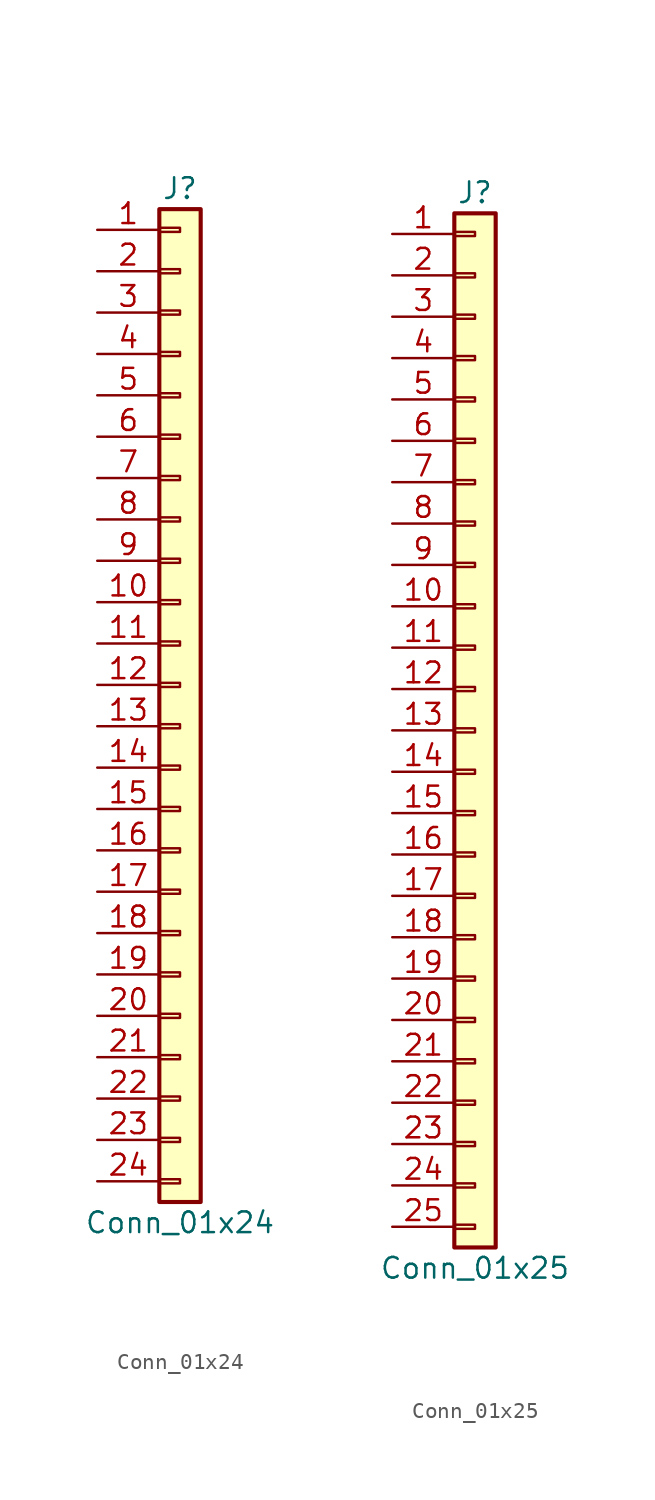
<source format=kicad_sym>
(kicad_symbol_lib
  (version 20211014)
  (generator kicad_symbol_editor)
  (symbol "Conn_01x24"
    (pin_names
      (offset 1.016) hide)
    (property "Reference" "J"
      (at 0 30.48 0)
      (effects (font (size 1.27 1.27))))
    (property "Value" "Conn_01x24"
      (at 0 -33.02 0)
      (effects (font (size 1.27 1.27))))
    (symbol "Conn_01x24_1_1"
      (rectangle (start -1.27 -30.353) (end 0 -30.607) (stroke (width 0.152) (type default) (color 0 0 0 0)) (fill (type none)))
      (rectangle (start -1.27 -27.813) (end 0 -28.067) (stroke (width 0.152) (type default) (color 0 0 0 0)) (fill (type none)))
      (rectangle (start -1.27 -25.273) (end 0 -25.527) (stroke (width 0.152) (type default) (color 0 0 0 0)) (fill (type none)))
      (rectangle (start -1.27 -22.733) (end 0 -22.987) (stroke (width 0.152) (type default) (color 0 0 0 0)) (fill (type none)))
      (rectangle (start -1.27 -20.193) (end 0 -20.447) (stroke (width 0.152) (type default) (color 0 0 0 0)) (fill (type none)))
      (rectangle (start -1.27 -17.653) (end 0 -17.907) (stroke (width 0.152) (type default) (color 0 0 0 0)) (fill (type none)))
      (rectangle (start -1.27 -15.113) (end 0 -15.367) (stroke (width 0.152) (type default) (color 0 0 0 0)) (fill (type none)))
      (rectangle (start -1.27 -12.573) (end 0 -12.827) (stroke (width 0.152) (type default) (color 0 0 0 0)) (fill (type none)))
      (rectangle (start -1.27 -10.033) (end 0 -10.287) (stroke (width 0.152) (type default) (color 0 0 0 0)) (fill (type none)))
      (rectangle (start -1.27 -7.493) (end 0 -7.747) (stroke (width 0.152) (type default) (color 0 0 0 0)) (fill (type none)))
      (rectangle (start -1.27 -4.953) (end 0 -5.207) (stroke (width 0.152) (type default) (color 0 0 0 0)) (fill (type none)))
      (rectangle (start -1.27 -2.413) (end 0 -2.667) (stroke (width 0.152) (type default) (color 0 0 0 0)) (fill (type none)))
      (rectangle (start -1.27 0.127) (end 0 -0.127) (stroke (width 0.152) (type default) (color 0 0 0 0)) (fill (type none)))
      (rectangle (start -1.27 2.667) (end 0 2.413) (stroke (width 0.152) (type default) (color 0 0 0 0)) (fill (type none)))
      (rectangle (start -1.27 5.207) (end 0 4.953) (stroke (width 0.152) (type default) (color 0 0 0 0)) (fill (type none)))
      (rectangle (start -1.27 7.747) (end 0 7.493) (stroke (width 0.152) (type default) (color 0 0 0 0)) (fill (type none)))
      (rectangle (start -1.27 10.287) (end 0 10.033) (stroke (width 0.152) (type default) (color 0 0 0 0)) (fill (type none)))
      (rectangle (start -1.27 12.827) (end 0 12.573) (stroke (width 0.152) (type default) (color 0 0 0 0)) (fill (type none)))
      (rectangle (start -1.27 15.367) (end 0 15.113) (stroke (width 0.152) (type default) (color 0 0 0 0)) (fill (type none)))
      (rectangle (start -1.27 17.907) (end 0 17.653) (stroke (width 0.152) (type default) (color 0 0 0 0)) (fill (type none)))
      (rectangle (start -1.27 20.447) (end 0 20.193) (stroke (width 0.152) (type default) (color 0 0 0 0)) (fill (type none)))
      (rectangle (start -1.27 22.987) (end 0 22.733) (stroke (width 0.152) (type default) (color 0 0 0 0)) (fill (type none)))
      (rectangle (start -1.27 25.527) (end 0 25.273) (stroke (width 0.152) (type default) (color 0 0 0 0)) (fill (type none)))
      (rectangle (start -1.27 28.067) (end 0 27.813) (stroke (width 0.152) (type default) (color 0 0 0 0)) (fill (type none)))
      (rectangle (start -1.27 29.21) (end 1.27 -31.75) (stroke (width 0.254) (type default) (color 0 0 0 0)) (fill (type background)))
      (pin passive line (at -5.08 27.94 0) (length 3.81) (name "Pin_1" (effects (font (size 1.27 1.27)))) (number "1" (effects (font (size 1.27 1.27)))))
      (pin passive line (at -5.08 5.08 0) (length 3.81) (name "Pin_10" (effects (font (size 1.27 1.27)))) (number "10" (effects (font (size 1.27 1.27)))))
      (pin passive line (at -5.08 2.54 0) (length 3.81) (name "Pin_11" (effects (font (size 1.27 1.27)))) (number "11" (effects (font (size 1.27 1.27)))))
      (pin passive line (at -5.08 0 0) (length 3.81) (name "Pin_12" (effects (font (size 1.27 1.27)))) (number "12" (effects (font (size 1.27 1.27)))))
      (pin passive line (at -5.08 -2.54 0) (length 3.81) (name "Pin_13" (effects (font (size 1.27 1.27)))) (number "13" (effects (font (size 1.27 1.27)))))
      (pin passive line (at -5.08 -5.08 0) (length 3.81) (name "Pin_14" (effects (font (size 1.27 1.27)))) (number "14" (effects (font (size 1.27 1.27)))))
      (pin passive line (at -5.08 -7.62 0) (length 3.81) (name "Pin_15" (effects (font (size 1.27 1.27)))) (number "15" (effects (font (size 1.27 1.27)))))
      (pin passive line (at -5.08 -10.16 0) (length 3.81) (name "Pin_16" (effects (font (size 1.27 1.27)))) (number "16" (effects (font (size 1.27 1.27)))))
      (pin passive line (at -5.08 -12.7 0) (length 3.81) (name "Pin_17" (effects (font (size 1.27 1.27)))) (number "17" (effects (font (size 1.27 1.27)))))
      (pin passive line (at -5.08 -15.24 0) (length 3.81) (name "Pin_18" (effects (font (size 1.27 1.27)))) (number "18" (effects (font (size 1.27 1.27)))))
      (pin passive line (at -5.08 -17.78 0) (length 3.81) (name "Pin_19" (effects (font (size 1.27 1.27)))) (number "19" (effects (font (size 1.27 1.27)))))
      (pin passive line (at -5.08 25.4 0) (length 3.81) (name "Pin_2" (effects (font (size 1.27 1.27)))) (number "2" (effects (font (size 1.27 1.27)))))
      (pin passive line (at -5.08 -20.32 0) (length 3.81) (name "Pin_20" (effects (font (size 1.27 1.27)))) (number "20" (effects (font (size 1.27 1.27)))))
      (pin passive line (at -5.08 -22.86 0) (length 3.81) (name "Pin_21" (effects (font (size 1.27 1.27)))) (number "21" (effects (font (size 1.27 1.27)))))
      (pin passive line (at -5.08 -25.4 0) (length 3.81) (name "Pin_22" (effects (font (size 1.27 1.27)))) (number "22" (effects (font (size 1.27 1.27)))))
      (pin passive line (at -5.08 -27.94 0) (length 3.81) (name "Pin_23" (effects (font (size 1.27 1.27)))) (number "23" (effects (font (size 1.27 1.27)))))
      (pin passive line (at -5.08 -30.48 0) (length 3.81) (name "Pin_24" (effects (font (size 1.27 1.27)))) (number "24" (effects (font (size 1.27 1.27)))))
      (pin passive line (at -5.08 22.86 0) (length 3.81) (name "Pin_3" (effects (font (size 1.27 1.27)))) (number "3" (effects (font (size 1.27 1.27)))))
      (pin passive line (at -5.08 20.32 0) (length 3.81) (name "Pin_4" (effects (font (size 1.27 1.27)))) (number "4" (effects (font (size 1.27 1.27)))))
      (pin passive line (at -5.08 17.78 0) (length 3.81) (name "Pin_5" (effects (font (size 1.27 1.27)))) (number "5" (effects (font (size 1.27 1.27)))))
      (pin passive line (at -5.08 15.24 0) (length 3.81) (name "Pin_6" (effects (font (size 1.27 1.27)))) (number "6" (effects (font (size 1.27 1.27)))))
      (pin passive line (at -5.08 12.7 0) (length 3.81) (name "Pin_7" (effects (font (size 1.27 1.27)))) (number "7" (effects (font (size 1.27 1.27)))))
      (pin passive line (at -5.08 10.16 0) (length 3.81) (name "Pin_8" (effects (font (size 1.27 1.27)))) (number "8" (effects (font (size 1.27 1.27)))))
      (pin passive line (at -5.08 7.62 0) (length 3.81) (name "Pin_9" (effects (font (size 1.27 1.27)))) (number "9" (effects (font (size 1.27 1.27)))))))
  (symbol "Conn_01x25"
    (pin_names
      (offset 1.016) hide)
    (property "Reference" "J"
      (at 0 33.02 0)
      (effects (font (size 1.27 1.27))))
    (property "Value" "Conn_01x25"
      (at 0 -33.02 0)
      (effects (font (size 1.27 1.27))))
    (symbol "Conn_01x25_1_1"
      (rectangle (start -1.27 -30.353) (end 0 -30.607) (stroke (width 0.152) (type default) (color 0 0 0 0)) (fill (type none)))
      (rectangle (start -1.27 -27.813) (end 0 -28.067) (stroke (width 0.152) (type default) (color 0 0 0 0)) (fill (type none)))
      (rectangle (start -1.27 -25.273) (end 0 -25.527) (stroke (width 0.152) (type default) (color 0 0 0 0)) (fill (type none)))
      (rectangle (start -1.27 -22.733) (end 0 -22.987) (stroke (width 0.152) (type default) (color 0 0 0 0)) (fill (type none)))
      (rectangle (start -1.27 -20.193) (end 0 -20.447) (stroke (width 0.152) (type default) (color 0 0 0 0)) (fill (type none)))
      (rectangle (start -1.27 -17.653) (end 0 -17.907) (stroke (width 0.152) (type default) (color 0 0 0 0)) (fill (type none)))
      (rectangle (start -1.27 -15.113) (end 0 -15.367) (stroke (width 0.152) (type default) (color 0 0 0 0)) (fill (type none)))
      (rectangle (start -1.27 -12.573) (end 0 -12.827) (stroke (width 0.152) (type default) (color 0 0 0 0)) (fill (type none)))
      (rectangle (start -1.27 -10.033) (end 0 -10.287) (stroke (width 0.152) (type default) (color 0 0 0 0)) (fill (type none)))
      (rectangle (start -1.27 -7.493) (end 0 -7.747) (stroke (width 0.152) (type default) (color 0 0 0 0)) (fill (type none)))
      (rectangle (start -1.27 -4.953) (end 0 -5.207) (stroke (width 0.152) (type default) (color 0 0 0 0)) (fill (type none)))
      (rectangle (start -1.27 -2.413) (end 0 -2.667) (stroke (width 0.152) (type default) (color 0 0 0 0)) (fill (type none)))
      (rectangle (start -1.27 0.127) (end 0 -0.127) (stroke (width 0.152) (type default) (color 0 0 0 0)) (fill (type none)))
      (rectangle (start -1.27 2.667) (end 0 2.413) (stroke (width 0.152) (type default) (color 0 0 0 0)) (fill (type none)))
      (rectangle (start -1.27 5.207) (end 0 4.953) (stroke (width 0.152) (type default) (color 0 0 0 0)) (fill (type none)))
      (rectangle (start -1.27 7.747) (end 0 7.493) (stroke (width 0.152) (type default) (color 0 0 0 0)) (fill (type none)))
      (rectangle (start -1.27 10.287) (end 0 10.033) (stroke (width 0.152) (type default) (color 0 0 0 0)) (fill (type none)))
      (rectangle (start -1.27 12.827) (end 0 12.573) (stroke (width 0.152) (type default) (color 0 0 0 0)) (fill (type none)))
      (rectangle (start -1.27 15.367) (end 0 15.113) (stroke (width 0.152) (type default) (color 0 0 0 0)) (fill (type none)))
      (rectangle (start -1.27 17.907) (end 0 17.653) (stroke (width 0.152) (type default) (color 0 0 0 0)) (fill (type none)))
      (rectangle (start -1.27 20.447) (end 0 20.193) (stroke (width 0.152) (type default) (color 0 0 0 0)) (fill (type none)))
      (rectangle (start -1.27 22.987) (end 0 22.733) (stroke (width 0.152) (type default) (color 0 0 0 0)) (fill (type none)))
      (rectangle (start -1.27 25.527) (end 0 25.273) (stroke (width 0.152) (type default) (color 0 0 0 0)) (fill (type none)))
      (rectangle (start -1.27 28.067) (end 0 27.813) (stroke (width 0.152) (type default) (color 0 0 0 0)) (fill (type none)))
      (rectangle (start -1.27 30.607) (end 0 30.353) (stroke (width 0.152) (type default) (color 0 0 0 0)) (fill (type none)))
      (rectangle (start -1.27 31.75) (end 1.27 -31.75) (stroke (width 0.254) (type default) (color 0 0 0 0)) (fill (type background)))
      (pin passive line (at -5.08 30.48 0) (length 3.81) (name "Pin_1" (effects (font (size 1.27 1.27)))) (number "1" (effects (font (size 1.27 1.27)))))
      (pin passive line (at -5.08 7.62 0) (length 3.81) (name "Pin_10" (effects (font (size 1.27 1.27)))) (number "10" (effects (font (size 1.27 1.27)))))
      (pin passive line (at -5.08 5.08 0) (length 3.81) (name "Pin_11" (effects (font (size 1.27 1.27)))) (number "11" (effects (font (size 1.27 1.27)))))
      (pin passive line (at -5.08 2.54 0) (length 3.81) (name "Pin_12" (effects (font (size 1.27 1.27)))) (number "12" (effects (font (size 1.27 1.27)))))
      (pin passive line (at -5.08 0 0) (length 3.81) (name "Pin_13" (effects (font (size 1.27 1.27)))) (number "13" (effects (font (size 1.27 1.27)))))
      (pin passive line (at -5.08 -2.54 0) (length 3.81) (name "Pin_14" (effects (font (size 1.27 1.27)))) (number "14" (effects (font (size 1.27 1.27)))))
      (pin passive line (at -5.08 -5.08 0) (length 3.81) (name "Pin_15" (effects (font (size 1.27 1.27)))) (number "15" (effects (font (size 1.27 1.27)))))
      (pin passive line (at -5.08 -7.62 0) (length 3.81) (name "Pin_16" (effects (font (size 1.27 1.27)))) (number "16" (effects (font (size 1.27 1.27)))))
      (pin passive line (at -5.08 -10.16 0) (length 3.81) (name "Pin_17" (effects (font (size 1.27 1.27)))) (number "17" (effects (font (size 1.27 1.27)))))
      (pin passive line (at -5.08 -12.7 0) (length 3.81) (name "Pin_18" (effects (font (size 1.27 1.27)))) (number "18" (effects (font (size 1.27 1.27)))))
      (pin passive line (at -5.08 -15.24 0) (length 3.81) (name "Pin_19" (effects (font (size 1.27 1.27)))) (number "19" (effects (font (size 1.27 1.27)))))
      (pin passive line (at -5.08 27.94 0) (length 3.81) (name "Pin_2" (effects (font (size 1.27 1.27)))) (number "2" (effects (font (size 1.27 1.27)))))
      (pin passive line (at -5.08 -17.78 0) (length 3.81) (name "Pin_20" (effects (font (size 1.27 1.27)))) (number "20" (effects (font (size 1.27 1.27)))))
      (pin passive line (at -5.08 -20.32 0) (length 3.81) (name "Pin_21" (effects (font (size 1.27 1.27)))) (number "21" (effects (font (size 1.27 1.27)))))
      (pin passive line (at -5.08 -22.86 0) (length 3.81) (name "Pin_22" (effects (font (size 1.27 1.27)))) (number "22" (effects (font (size 1.27 1.27)))))
      (pin passive line (at -5.08 -25.4 0) (length 3.81) (name "Pin_23" (effects (font (size 1.27 1.27)))) (number "23" (effects (font (size 1.27 1.27)))))
      (pin passive line (at -5.08 -27.94 0) (length 3.81) (name "Pin_24" (effects (font (size 1.27 1.27)))) (number "24" (effects (font (size 1.27 1.27)))))
      (pin passive line (at -5.08 -30.48 0) (length 3.81) (name "Pin_25" (effects (font (size 1.27 1.27)))) (number "25" (effects (font (size 1.27 1.27)))))
      (pin passive line (at -5.08 25.4 0) (length 3.81) (name "Pin_3" (effects (font (size 1.27 1.27)))) (number "3" (effects (font (size 1.27 1.27)))))
      (pin passive line (at -5.08 22.86 0) (length 3.81) (name "Pin_4" (effects (font (size 1.27 1.27)))) (number "4" (effects (font (size 1.27 1.27)))))
      (pin passive line (at -5.08 20.32 0) (length 3.81) (name "Pin_5" (effects (font (size 1.27 1.27)))) (number "5" (effects (font (size 1.27 1.27)))))
      (pin passive line (at -5.08 17.78 0) (length 3.81) (name "Pin_6" (effects (font (size 1.27 1.27)))) (number "6" (effects (font (size 1.27 1.27)))))
      (pin passive line (at -5.08 15.24 0) (length 3.81) (name "Pin_7" (effects (font (size 1.27 1.27)))) (number "7" (effects (font (size 1.27 1.27)))))
      (pin passive line (at -5.08 12.7 0) (length 3.81) (name "Pin_8" (effects (font (size 1.27 1.27)))) (number "8" (effects (font (size 1.27 1.27)))))
      (pin passive line (at -5.08 10.16 0) (length 3.81) (name "Pin_9" (effects (font (size 1.27 1.27)))) (number "9" (effects (font (size 1.27 1.27))))))))
</source>
